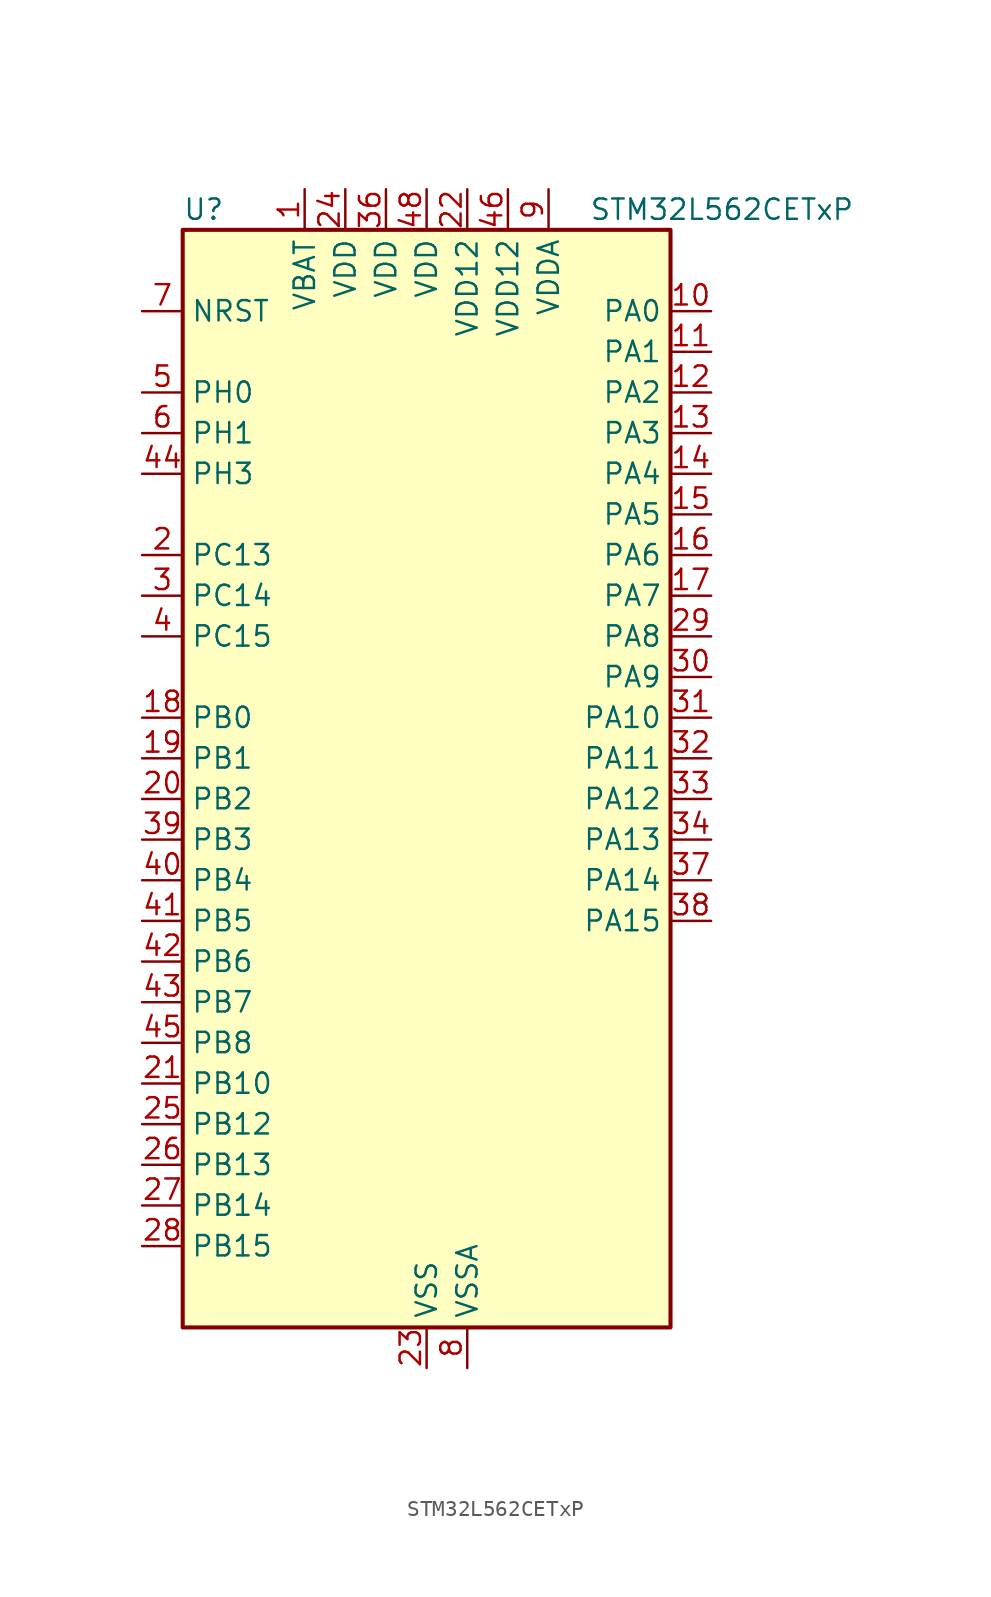
<source format=kicad_sym>
(kicad_symbol_lib
  (version 20241209)
  (generator "kicad_symbol_editor")
  (generator_version "9.0")
  (symbol "STM32L562CETxP"
    (property "Reference" "U"
      (at -15.24 36.83 0)
      (effects (font (size 1.27 1.27)) (justify left)))
    (property "Value" "STM32L562CETxP"
      (at 10.16 36.83 0)
      (effects (font (size 1.27 1.27)) (justify left)))
    (symbol "STM32L562CETxP_0_1"
      (rectangle (start -15.24 -33.02) (end 15.24 35.56) (stroke (width 0.254) (type default)) (fill (type background))))
    (symbol "STM32L562CETxP_1_1"
      (pin input line (at -17.78 30.48 0) (length 2.54) (name "NRST" (effects (font (size 1.27 1.27)))) (number "7" (effects (font (size 1.27 1.27)))))
      (pin bidirectional line (at -17.78 25.4 0) (length 2.54) (name "PH0" (effects (font (size 1.27 1.27)))) (number "5" (effects (font (size 1.27 1.27)))) (alternate "RCC_OSC_IN" bidirectional line))
      (pin bidirectional line (at -17.78 22.86 0) (length 2.54) (name "PH1" (effects (font (size 1.27 1.27)))) (number "6" (effects (font (size 1.27 1.27)))) (alternate "RCC_OSC_OUT" bidirectional line))
      (pin bidirectional line (at -17.78 20.32 0) (length 2.54) (name "PH3" (effects (font (size 1.27 1.27)))) (number "44" (effects (font (size 1.27 1.27)))))
      (pin bidirectional line (at -17.78 15.24 0) (length 2.54) (name "PC13" (effects (font (size 1.27 1.27)))) (number "2" (effects (font (size 1.27 1.27)))) (alternate "PWR_WKUP2" bidirectional line) (alternate "RTC_OUT1" bidirectional line) (alternate "RTC_TS" bidirectional line) (alternate "TAMP_IN1" bidirectional line) (alternate "TAMP_OUT2" bidirectional line))
      (pin bidirectional line (at -17.78 12.7 0) (length 2.54) (name "PC14" (effects (font (size 1.27 1.27)))) (number "3" (effects (font (size 1.27 1.27)))) (alternate "RCC_OSC32_IN" bidirectional line))
      (pin bidirectional line (at -17.78 10.16 0) (length 2.54) (name "PC15" (effects (font (size 1.27 1.27)))) (number "4" (effects (font (size 1.27 1.27)))) (alternate "ADC1_EXTI15" bidirectional line) (alternate "ADC2_EXTI15" bidirectional line) (alternate "RCC_OSC32_OUT" bidirectional line))
      (pin bidirectional line (at -17.78 5.08 0) (length 2.54) (name "PB0" (effects (font (size 1.27 1.27)))) (number "18" (effects (font (size 1.27 1.27)))) (alternate "ADC1_IN15" bidirectional line) (alternate "ADC2_IN15" bidirectional line) (alternate "COMP1_OUT" bidirectional line) (alternate "OCTOSPI1_IO1" bidirectional line) (alternate "OPAMP2_VOUT" bidirectional line) (alternate "SAI1_EXTCLK" bidirectional line) (alternate "SPI1_NSS" bidirectional line) (alternate "TIM1_CH2N" bidirectional line) (alternate "TIM3_CH3" bidirectional line) (alternate "TIM8_CH2N" bidirectional line) (alternate "USART3_CK" bidirectional line))
      (pin bidirectional line (at -17.78 2.54 0) (length 2.54) (name "PB1" (effects (font (size 1.27 1.27)))) (number "19" (effects (font (size 1.27 1.27)))) (alternate "ADC1_IN16" bidirectional line) (alternate "ADC2_IN16" bidirectional line) (alternate "COMP1_INM" bidirectional line) (alternate "DFSDM1_DATIN0" bidirectional line) (alternate "LPTIM2_IN1" bidirectional line) (alternate "LPUART1_DE" bidirectional line) (alternate "LPUART1_RTS" bidirectional line) (alternate "OCTOSPI1_IO0" bidirectional line) (alternate "TIM1_CH3N" bidirectional line) (alternate "TIM3_CH4" bidirectional line) (alternate "TIM8_CH3N" bidirectional line) (alternate "USART3_DE" bidirectional line) (alternate "USART3_RTS" bidirectional line))
      (pin bidirectional line (at -17.78 0 0) (length 2.54) (name "PB2" (effects (font (size 1.27 1.27)))) (number "20" (effects (font (size 1.27 1.27)))) (alternate "COMP1_INP" bidirectional line) (alternate "DFSDM1_CKIN0" bidirectional line) (alternate "I2C3_SMBA" bidirectional line) (alternate "LPTIM1_OUT" bidirectional line) (alternate "OCTOSPI1_DQS" bidirectional line) (alternate "RTC_OUT2" bidirectional line) (alternate "UCPD1_FRSTX1" bidirectional line))
      (pin bidirectional line (at -17.78 -2.54 0) (length 2.54) (name "PB3" (effects (font (size 1.27 1.27)))) (number "39" (effects (font (size 1.27 1.27)))) (alternate "COMP2_INM" bidirectional line) (alternate "CRS_SYNC" bidirectional line) (alternate "DEBUG_JTDO-SWO" bidirectional line) (alternate "SAI1_SCK_B" bidirectional line) (alternate "SPI1_SCK" bidirectional line) (alternate "SPI3_SCK" bidirectional line) (alternate "TIM2_CH2" bidirectional line) (alternate "USART1_DE" bidirectional line) (alternate "USART1_RTS" bidirectional line))
      (pin bidirectional line (at -17.78 -5.08 0) (length 2.54) (name "PB4" (effects (font (size 1.27 1.27)))) (number "40" (effects (font (size 1.27 1.27)))) (alternate "COMP2_INP" bidirectional line) (alternate "DEBUG_JTRST" bidirectional line) (alternate "I2C3_SDA" bidirectional line) (alternate "SAI1_MCLK_B" bidirectional line) (alternate "SPI1_MISO" bidirectional line) (alternate "SPI3_MISO" bidirectional line) (alternate "TIM17_BKIN" bidirectional line) (alternate "TIM3_CH1" bidirectional line) (alternate "TSC_G2_IO1" bidirectional line) (alternate "USART1_CTS" bidirectional line) (alternate "USART1_NSS" bidirectional line))
      (pin bidirectional line (at -17.78 -7.62 0) (length 2.54) (name "PB5" (effects (font (size 1.27 1.27)))) (number "41" (effects (font (size 1.27 1.27)))) (alternate "COMP2_OUT" bidirectional line) (alternate "I2C1_SMBA" bidirectional line) (alternate "LPTIM1_IN1" bidirectional line) (alternate "OCTOSPI1_NCLK" bidirectional line) (alternate "SAI1_SD_B" bidirectional line) (alternate "SPI1_MOSI" bidirectional line) (alternate "SPI3_MOSI" bidirectional line) (alternate "TIM16_BKIN" bidirectional line) (alternate "TIM3_CH2" bidirectional line) (alternate "TSC_G2_IO2" bidirectional line) (alternate "UCPD1_DBCC1" bidirectional line) (alternate "USART1_CK" bidirectional line))
      (pin bidirectional line (at -17.78 -10.16 0) (length 2.54) (name "PB6" (effects (font (size 1.27 1.27)))) (number "42" (effects (font (size 1.27 1.27)))) (alternate "COMP2_INP" bidirectional line) (alternate "I2C1_SCL" bidirectional line) (alternate "I2C4_SCL" bidirectional line) (alternate "LPTIM1_ETR" bidirectional line) (alternate "SAI1_FS_B" bidirectional line) (alternate "TIM16_CH1N" bidirectional line) (alternate "TIM4_CH1" bidirectional line) (alternate "TIM8_BKIN2" bidirectional line) (alternate "TSC_G2_IO3" bidirectional line) (alternate "USART1_TX" bidirectional line))
      (pin bidirectional line (at -17.78 -12.7 0) (length 2.54) (name "PB7" (effects (font (size 1.27 1.27)))) (number "43" (effects (font (size 1.27 1.27)))) (alternate "COMP2_INM" bidirectional line) (alternate "I2C1_SDA" bidirectional line) (alternate "I2C4_SDA" bidirectional line) (alternate "LPTIM1_IN2" bidirectional line) (alternate "PWR_PVD_IN" bidirectional line) (alternate "TIM17_CH1N" bidirectional line) (alternate "TIM4_CH2" bidirectional line) (alternate "TIM8_BKIN" bidirectional line) (alternate "TSC_G2_IO4" bidirectional line) (alternate "UART4_CTS" bidirectional line) (alternate "USART1_RX" bidirectional line))
      (pin bidirectional line (at -17.78 -15.24 0) (length 2.54) (name "PB8" (effects (font (size 1.27 1.27)))) (number "45" (effects (font (size 1.27 1.27)))) (alternate "DFSDM1_CKOUT" bidirectional line) (alternate "FDCAN1_RX" bidirectional line) (alternate "I2C1_SCL" bidirectional line) (alternate "SAI1_CK1" bidirectional line) (alternate "SAI1_MCLK_A" bidirectional line) (alternate "TIM16_CH1" bidirectional line) (alternate "TIM4_CH3" bidirectional line))
      (pin bidirectional line (at -17.78 -17.78 0) (length 2.54) (name "PB10" (effects (font (size 1.27 1.27)))) (number "21" (effects (font (size 1.27 1.27)))) (alternate "COMP1_OUT" bidirectional line) (alternate "I2C2_SCL" bidirectional line) (alternate "I2C4_SCL" bidirectional line) (alternate "LPTIM3_OUT" bidirectional line) (alternate "LPUART1_RX" bidirectional line) (alternate "OCTOSPI1_CLK" bidirectional line) (alternate "SAI1_SCK_A" bidirectional line) (alternate "SPI2_SCK" bidirectional line) (alternate "TIM2_CH3" bidirectional line) (alternate "TSC_SYNC" bidirectional line) (alternate "USART3_TX" bidirectional line))
      (pin bidirectional line (at -17.78 -20.32 0) (length 2.54) (name "PB12" (effects (font (size 1.27 1.27)))) (number "25" (effects (font (size 1.27 1.27)))) (alternate "DFSDM1_DATIN1" bidirectional line) (alternate "I2C2_SMBA" bidirectional line) (alternate "LPUART1_DE" bidirectional line) (alternate "LPUART1_RTS" bidirectional line) (alternate "OCTOSPI1_NCLK" bidirectional line) (alternate "SAI2_FS_A" bidirectional line) (alternate "SPI2_NSS" bidirectional line) (alternate "TIM15_BKIN" bidirectional line) (alternate "TIM1_BKIN" bidirectional line) (alternate "TSC_G1_IO1" bidirectional line) (alternate "USART3_CK" bidirectional line))
      (pin bidirectional line (at -17.78 -22.86 0) (length 2.54) (name "PB13" (effects (font (size 1.27 1.27)))) (number "26" (effects (font (size 1.27 1.27)))) (alternate "DFSDM1_CKIN1" bidirectional line) (alternate "I2C2_SCL" bidirectional line) (alternate "LPTIM3_IN1" bidirectional line) (alternate "LPUART1_CTS" bidirectional line) (alternate "SAI2_SCK_A" bidirectional line) (alternate "SPI2_SCK" bidirectional line) (alternate "TIM15_CH1N" bidirectional line) (alternate "TIM1_CH1N" bidirectional line) (alternate "TSC_G1_IO2" bidirectional line) (alternate "UCPD1_FRSTX2" bidirectional line) (alternate "USART3_CTS" bidirectional line) (alternate "USART3_NSS" bidirectional line))
      (pin bidirectional line (at -17.78 -25.4 0) (length 2.54) (name "PB14" (effects (font (size 1.27 1.27)))) (number "27" (effects (font (size 1.27 1.27)))) (alternate "DFSDM1_DATIN2" bidirectional line) (alternate "I2C2_SDA" bidirectional line) (alternate "LPTIM3_ETR" bidirectional line) (alternate "SAI2_MCLK_A" bidirectional line) (alternate "SPI2_MISO" bidirectional line) (alternate "TIM15_CH1" bidirectional line) (alternate "TIM1_CH2N" bidirectional line) (alternate "TIM8_CH2N" bidirectional line) (alternate "TSC_G1_IO3" bidirectional line) (alternate "UCPD1_DBCC2" bidirectional line) (alternate "USART3_DE" bidirectional line) (alternate "USART3_RTS" bidirectional line))
      (pin bidirectional line (at -17.78 -27.94 0) (length 2.54) (name "PB15" (effects (font (size 1.27 1.27)))) (number "28" (effects (font (size 1.27 1.27)))) (alternate "ADC1_EXTI15" bidirectional line) (alternate "ADC2_EXTI15" bidirectional line) (alternate "DFSDM1_CKIN2" bidirectional line) (alternate "RTC_REFIN" bidirectional line) (alternate "SAI2_SD_A" bidirectional line) (alternate "SPI2_MOSI" bidirectional line) (alternate "TIM15_CH2" bidirectional line) (alternate "TIM1_CH3N" bidirectional line) (alternate "TIM8_CH3N" bidirectional line) (alternate "UCPD1_CC2" bidirectional line))
      (pin power_in line (at -7.62 38.1 270) (length 2.54) (name "VBAT" (effects (font (size 1.27 1.27)))) (number "1" (effects (font (size 1.27 1.27)))))
      (pin power_in line (at -5.08 38.1 270) (length 2.54) (name "VDD" (effects (font (size 1.27 1.27)))) (number "24" (effects (font (size 1.27 1.27)))))
      (pin power_in line (at -2.54 38.1 270) (length 2.54) (name "VDD" (effects (font (size 1.27 1.27)))) (number "36" (effects (font (size 1.27 1.27)))))
      (pin power_in line (at 0 38.1 270) (length 2.54) (name "VDD" (effects (font (size 1.27 1.27)))) (number "48" (effects (font (size 1.27 1.27)))))
      (pin power_in line (at 0 -35.56 90) (length 2.54) (name "VSS" (effects (font (size 1.27 1.27)))) (number "23" (effects (font (size 1.27 1.27)))))
      (pin passive line (at 0 -35.56 90) (length 2.54) (hide yes) (name "VSS" (effects (font (size 1.27 1.27)))) (number "35" (effects (font (size 1.27 1.27)))))
      (pin passive line (at 0 -35.56 90) (length 2.54) (hide yes) (name "VSS" (effects (font (size 1.27 1.27)))) (number "47" (effects (font (size 1.27 1.27)))))
      (pin power_in line (at 2.54 38.1 270) (length 2.54) (name "VDD12" (effects (font (size 1.27 1.27)))) (number "22" (effects (font (size 1.27 1.27)))))
      (pin power_in line (at 2.54 -35.56 90) (length 2.54) (name "VSSA" (effects (font (size 1.27 1.27)))) (number "8" (effects (font (size 1.27 1.27)))))
      (pin power_in line (at 5.08 38.1 270) (length 2.54) (name "VDD12" (effects (font (size 1.27 1.27)))) (number "46" (effects (font (size 1.27 1.27)))))
      (pin power_in line (at 7.62 38.1 270) (length 2.54) (name "VDDA" (effects (font (size 1.27 1.27)))) (number "9" (effects (font (size 1.27 1.27)))))
      (pin bidirectional line (at 17.78 30.48 180) (length 2.54) (name "PA0" (effects (font (size 1.27 1.27)))) (number "10" (effects (font (size 1.27 1.27)))) (alternate "ADC1_IN5" bidirectional line) (alternate "ADC2_IN5" bidirectional line) (alternate "OPAMP1_VINP" bidirectional line) (alternate "PWR_WKUP1" bidirectional line) (alternate "SAI1_EXTCLK" bidirectional line) (alternate "TAMP_IN2" bidirectional line) (alternate "TAMP_OUT1" bidirectional line) (alternate "TIM2_CH1" bidirectional line) (alternate "TIM2_ETR" bidirectional line) (alternate "TIM5_CH1" bidirectional line) (alternate "TIM8_ETR" bidirectional line) (alternate "UART4_TX" bidirectional line) (alternate "USART2_CTS" bidirectional line) (alternate "USART2_NSS" bidirectional line))
      (pin bidirectional line (at 17.78 27.94 180) (length 2.54) (name "PA1" (effects (font (size 1.27 1.27)))) (number "11" (effects (font (size 1.27 1.27)))) (alternate "ADC1_IN6" bidirectional line) (alternate "ADC2_IN6" bidirectional line) (alternate "I2C1_SMBA" bidirectional line) (alternate "OCTOSPI1_DQS" bidirectional line) (alternate "OPAMP1_VINM" bidirectional line) (alternate "SPI1_SCK" bidirectional line) (alternate "TAMP_IN5" bidirectional line) (alternate "TAMP_OUT4" bidirectional line) (alternate "TIM15_CH1N" bidirectional line) (alternate "TIM2_CH2" bidirectional line) (alternate "TIM5_CH2" bidirectional line) (alternate "UART4_RX" bidirectional line) (alternate "USART2_DE" bidirectional line) (alternate "USART2_RTS" bidirectional line))
      (pin bidirectional line (at 17.78 25.4 180) (length 2.54) (name "PA2" (effects (font (size 1.27 1.27)))) (number "12" (effects (font (size 1.27 1.27)))) (alternate "ADC1_IN7" bidirectional line) (alternate "ADC2_IN7" bidirectional line) (alternate "COMP1_INP" bidirectional line) (alternate "LPUART1_TX" bidirectional line) (alternate "OCTOSPI1_NCS" bidirectional line) (alternate "PWR_WKUP4" bidirectional line) (alternate "RCC_LSCO" bidirectional line) (alternate "SAI2_EXTCLK" bidirectional line) (alternate "TIM15_CH1" bidirectional line) (alternate "TIM2_CH3" bidirectional line) (alternate "TIM5_CH3" bidirectional line) (alternate "UCPD1_FRSTX1" bidirectional line) (alternate "USART2_TX" bidirectional line))
      (pin bidirectional line (at 17.78 22.86 180) (length 2.54) (name "PA3" (effects (font (size 1.27 1.27)))) (number "13" (effects (font (size 1.27 1.27)))) (alternate "ADC1_IN8" bidirectional line) (alternate "ADC2_IN8" bidirectional line) (alternate "LPUART1_RX" bidirectional line) (alternate "OCTOSPI1_CLK" bidirectional line) (alternate "OPAMP1_VOUT" bidirectional line) (alternate "SAI1_CK1" bidirectional line) (alternate "SAI1_MCLK_A" bidirectional line) (alternate "TIM15_CH2" bidirectional line) (alternate "TIM2_CH4" bidirectional line) (alternate "TIM5_CH4" bidirectional line) (alternate "USART2_RX" bidirectional line))
      (pin bidirectional line (at 17.78 20.32 180) (length 2.54) (name "PA4" (effects (font (size 1.27 1.27)))) (number "14" (effects (font (size 1.27 1.27)))) (alternate "ADC1_IN9" bidirectional line) (alternate "ADC2_IN9" bidirectional line) (alternate "DAC1_OUT1" bidirectional line) (alternate "LPTIM2_OUT" bidirectional line) (alternate "OCTOSPI1_NCS" bidirectional line) (alternate "SAI1_FS_B" bidirectional line) (alternate "SPI1_NSS" bidirectional line) (alternate "SPI3_NSS" bidirectional line) (alternate "USART2_CK" bidirectional line))
      (pin bidirectional line (at 17.78 17.78 180) (length 2.54) (name "PA5" (effects (font (size 1.27 1.27)))) (number "15" (effects (font (size 1.27 1.27)))) (alternate "ADC1_IN10" bidirectional line) (alternate "ADC2_IN10" bidirectional line) (alternate "DAC1_OUT2" bidirectional line) (alternate "LPTIM2_ETR" bidirectional line) (alternate "SPI1_SCK" bidirectional line) (alternate "TIM2_CH1" bidirectional line) (alternate "TIM2_ETR" bidirectional line) (alternate "TIM8_CH1N" bidirectional line))
      (pin bidirectional line (at 17.78 15.24 180) (length 2.54) (name "PA6" (effects (font (size 1.27 1.27)))) (number "16" (effects (font (size 1.27 1.27)))) (alternate "ADC1_IN11" bidirectional line) (alternate "ADC2_IN11" bidirectional line) (alternate "LPUART1_CTS" bidirectional line) (alternate "OCTOSPI1_IO3" bidirectional line) (alternate "OPAMP2_VINP" bidirectional line) (alternate "SPI1_MISO" bidirectional line) (alternate "TIM16_CH1" bidirectional line) (alternate "TIM1_BKIN" bidirectional line) (alternate "TIM3_CH1" bidirectional line) (alternate "TIM8_BKIN" bidirectional line) (alternate "USART3_CTS" bidirectional line) (alternate "USART3_NSS" bidirectional line))
      (pin bidirectional line (at 17.78 12.7 180) (length 2.54) (name "PA7" (effects (font (size 1.27 1.27)))) (number "17" (effects (font (size 1.27 1.27)))) (alternate "ADC1_IN12" bidirectional line) (alternate "ADC2_IN12" bidirectional line) (alternate "I2C3_SCL" bidirectional line) (alternate "OCTOSPI1_IO2" bidirectional line) (alternate "OPAMP2_VINM" bidirectional line) (alternate "SPI1_MOSI" bidirectional line) (alternate "TIM17_CH1" bidirectional line) (alternate "TIM1_CH1N" bidirectional line) (alternate "TIM3_CH2" bidirectional line) (alternate "TIM8_CH1N" bidirectional line))
      (pin bidirectional line (at 17.78 10.16 180) (length 2.54) (name "PA8" (effects (font (size 1.27 1.27)))) (number "29" (effects (font (size 1.27 1.27)))) (alternate "LPTIM2_OUT" bidirectional line) (alternate "RCC_MCO" bidirectional line) (alternate "SAI1_CK2" bidirectional line) (alternate "SAI1_SCK_A" bidirectional line) (alternate "TIM1_CH1" bidirectional line) (alternate "USART1_CK" bidirectional line))
      (pin bidirectional line (at 17.78 7.62 180) (length 2.54) (name "PA9" (effects (font (size 1.27 1.27)))) (number "30" (effects (font (size 1.27 1.27)))) (alternate "DAC1_EXTI9" bidirectional line) (alternate "SAI1_FS_A" bidirectional line) (alternate "SPI2_SCK" bidirectional line) (alternate "TIM15_BKIN" bidirectional line) (alternate "TIM1_CH2" bidirectional line) (alternate "USART1_TX" bidirectional line))
      (pin bidirectional line (at 17.78 5.08 180) (length 2.54) (name "PA10" (effects (font (size 1.27 1.27)))) (number "31" (effects (font (size 1.27 1.27)))) (alternate "CRS_SYNC" bidirectional line) (alternate "SAI1_D1" bidirectional line) (alternate "SAI1_SD_A" bidirectional line) (alternate "TIM17_BKIN" bidirectional line) (alternate "TIM1_CH3" bidirectional line) (alternate "USART1_RX" bidirectional line))
      (pin bidirectional line (at 17.78 2.54 180) (length 2.54) (name "PA11" (effects (font (size 1.27 1.27)))) (number "32" (effects (font (size 1.27 1.27)))) (alternate "ADC1_EXTI11" bidirectional line) (alternate "ADC2_EXTI11" bidirectional line) (alternate "FDCAN1_RX" bidirectional line) (alternate "SPI1_MISO" bidirectional line) (alternate "TIM1_BKIN2" bidirectional line) (alternate "TIM1_CH4" bidirectional line) (alternate "USART1_CTS" bidirectional line) (alternate "USART1_NSS" bidirectional line) (alternate "USB_DM" bidirectional line))
      (pin bidirectional line (at 17.78 0 180) (length 2.54) (name "PA12" (effects (font (size 1.27 1.27)))) (number "33" (effects (font (size 1.27 1.27)))) (alternate "FDCAN1_TX" bidirectional line) (alternate "SPI1_MOSI" bidirectional line) (alternate "TIM1_ETR" bidirectional line) (alternate "USART1_DE" bidirectional line) (alternate "USART1_RTS" bidirectional line) (alternate "USB_DP" bidirectional line))
      (pin bidirectional line (at 17.78 -2.54 180) (length 2.54) (name "PA13" (effects (font (size 1.27 1.27)))) (number "34" (effects (font (size 1.27 1.27)))) (alternate "DEBUG_JTMS-SWDIO" bidirectional line) (alternate "IR_OUT" bidirectional line) (alternate "SAI1_SD_B" bidirectional line) (alternate "USB_NOE" bidirectional line))
      (pin bidirectional line (at 17.78 -5.08 180) (length 2.54) (name "PA14" (effects (font (size 1.27 1.27)))) (number "37" (effects (font (size 1.27 1.27)))) (alternate "DEBUG_JTCK-SWCLK" bidirectional line) (alternate "I2C1_SMBA" bidirectional line) (alternate "I2C4_SMBA" bidirectional line) (alternate "LPTIM1_OUT" bidirectional line) (alternate "SAI1_FS_B" bidirectional line))
      (pin bidirectional line (at 17.78 -7.62 180) (length 2.54) (name "PA15" (effects (font (size 1.27 1.27)))) (number "38" (effects (font (size 1.27 1.27)))) (alternate "ADC1_EXTI15" bidirectional line) (alternate "ADC2_EXTI15" bidirectional line) (alternate "DEBUG_JTDI" bidirectional line) (alternate "SAI2_FS_B" bidirectional line) (alternate "SPI1_NSS" bidirectional line) (alternate "SPI3_NSS" bidirectional line) (alternate "TIM2_CH1" bidirectional line) (alternate "TIM2_ETR" bidirectional line) (alternate "UART4_DE" bidirectional line) (alternate "UART4_RTS" bidirectional line) (alternate "UCPD1_CC1" bidirectional line) (alternate "USART2_RX" bidirectional line) (alternate "USART3_DE" bidirectional line) (alternate "USART3_RTS" bidirectional line)))))
</source>
